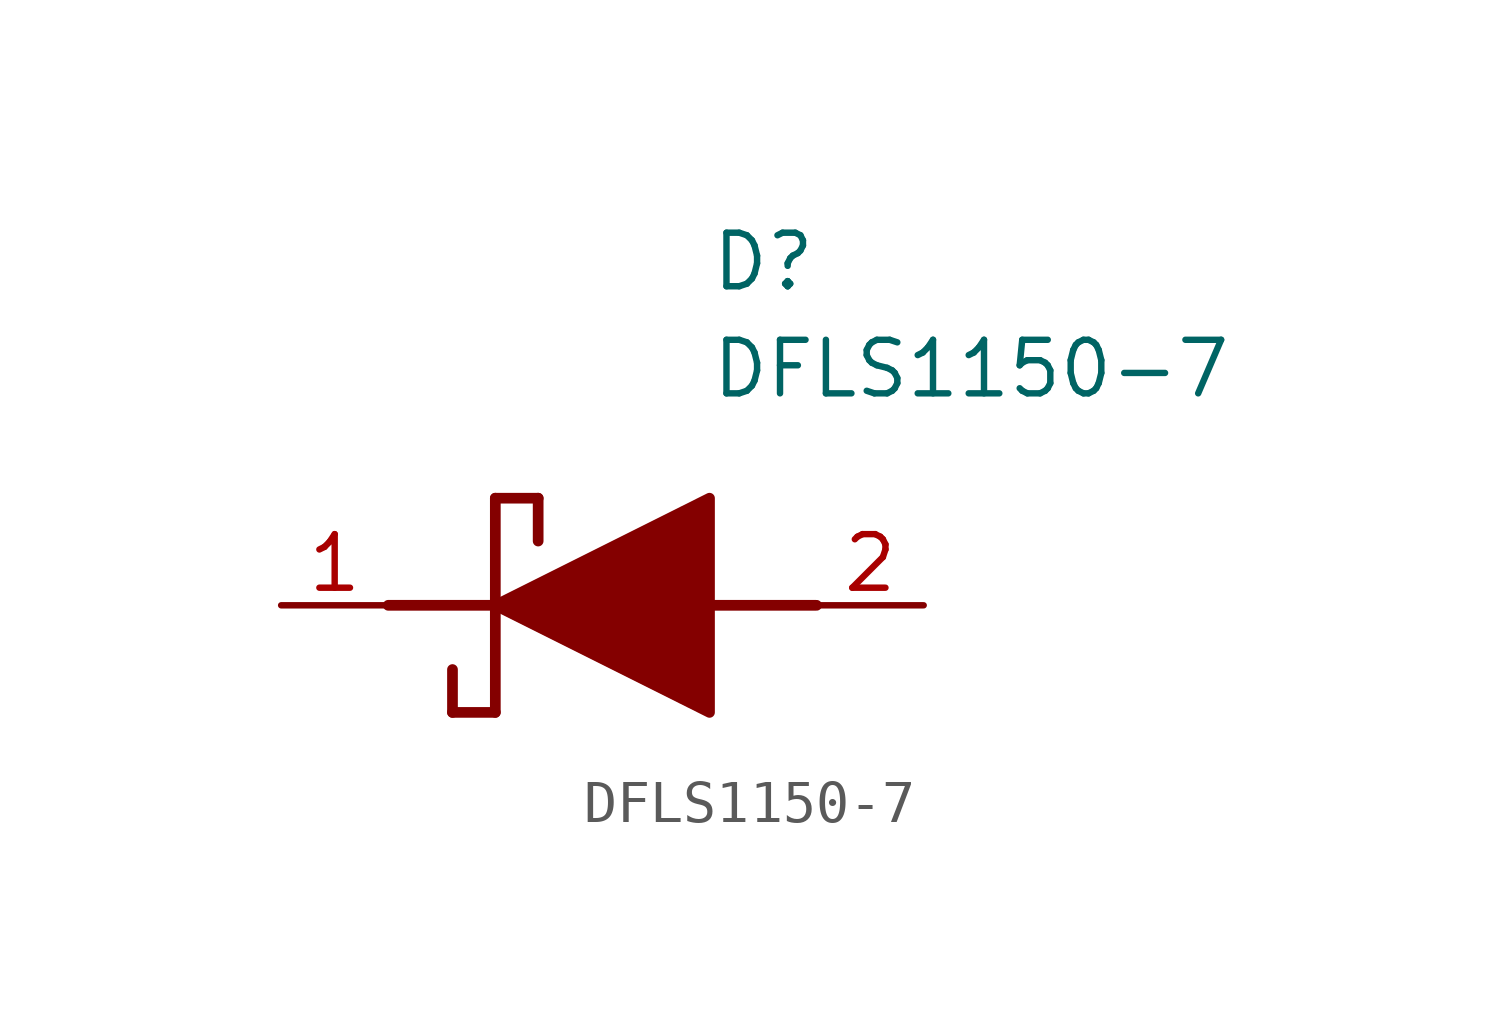
<source format=kicad_sym>
(kicad_symbol_lib
  (version 20220914)
  (generator kicad_symbol_editor)
  (symbol "DFLS1150-7"
    (pin_names hide)
    (property "Reference" "D"
      (at 12.7 8.89 0)
      (effects (font (size 1.27 1.27)) (justify left top)))
    (property "Value" "DFLS1150-7"
      (at 12.7 6.35 0)
      (effects (font (size 1.27 1.27)) (justify left top)))
    (symbol "DFLS1150-7_1_1"
      (polyline (pts (xy 5.08 0) (xy 7.62 0)) (stroke (width 0.254) (type default)) (fill (type none)))
      (polyline (pts (xy 6.604 -1.524) (xy 6.604 -2.54)) (stroke (width 0.254) (type default)) (fill (type none)))
      (polyline (pts (xy 7.62 -2.54) (xy 6.604 -2.54)) (stroke (width 0.254) (type default)) (fill (type none)))
      (polyline (pts (xy 7.62 2.54) (xy 7.62 -2.54)) (stroke (width 0.254) (type default)) (fill (type none)))
      (polyline (pts (xy 7.62 2.54) (xy 8.636 2.54)) (stroke (width 0.254) (type default)) (fill (type none)))
      (polyline (pts (xy 8.636 1.524) (xy 8.636 2.54)) (stroke (width 0.254) (type default)) (fill (type none)))
      (polyline (pts (xy 12.7 0) (xy 15.24 0)) (stroke (width 0.254) (type default)) (fill (type none)))
      (polyline (pts (xy 7.62 0) (xy 12.7 2.54) (xy 12.7 -2.54) (xy 7.62 0)) (stroke (width 0.254) (type default)) (fill (type outline)))
      (pin passive line (at 2.54 0 0) (length 2.54) (name "K" (effects (font (size 1.27 1.27)))) (number "1" (effects (font (size 1.27 1.27)))))
      (pin passive line (at 17.78 0 180) (length 2.54) (name "A" (effects (font (size 1.27 1.27)))) (number "2" (effects (font (size 1.27 1.27))))))))
</source>
